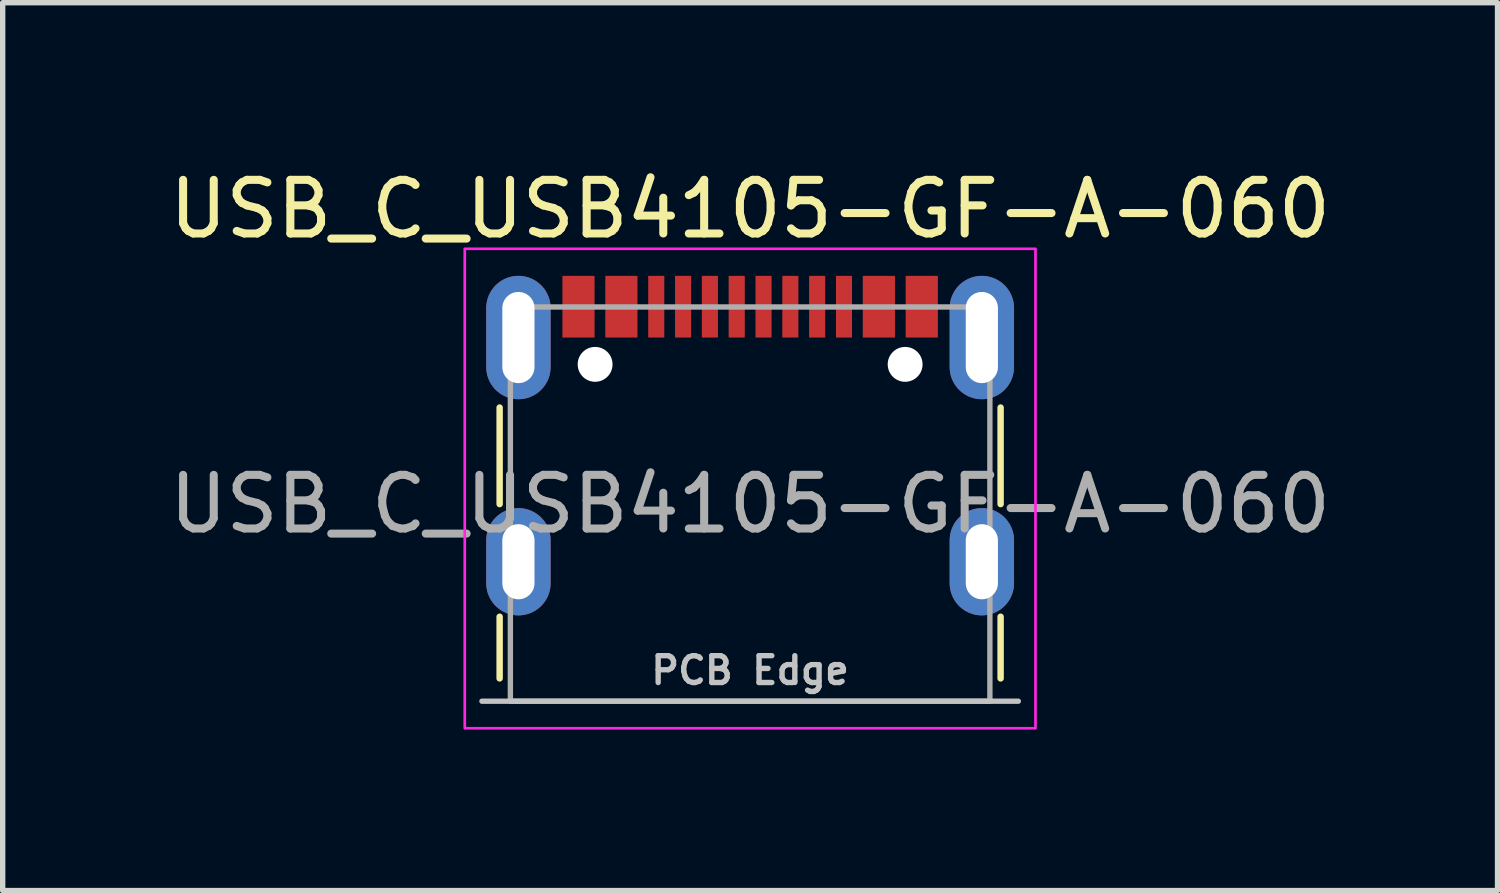
<source format=kicad_pcb>
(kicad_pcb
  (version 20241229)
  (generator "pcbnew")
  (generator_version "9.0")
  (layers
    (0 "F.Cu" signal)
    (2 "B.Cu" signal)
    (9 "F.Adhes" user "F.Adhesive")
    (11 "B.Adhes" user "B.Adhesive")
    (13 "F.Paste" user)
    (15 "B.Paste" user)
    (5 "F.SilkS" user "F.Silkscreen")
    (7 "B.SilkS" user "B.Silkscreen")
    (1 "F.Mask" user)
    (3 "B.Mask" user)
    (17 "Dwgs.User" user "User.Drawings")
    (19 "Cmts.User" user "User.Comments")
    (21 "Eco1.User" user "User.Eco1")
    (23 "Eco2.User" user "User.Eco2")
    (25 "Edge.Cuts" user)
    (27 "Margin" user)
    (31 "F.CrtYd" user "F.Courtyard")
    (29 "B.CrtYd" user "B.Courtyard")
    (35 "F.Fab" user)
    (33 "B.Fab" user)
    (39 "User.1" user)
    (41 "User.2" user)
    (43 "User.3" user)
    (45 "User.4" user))
  (footprint "USB_C_USB4105-GF-A-060"
    (layer "F.Cu")
    (at 10.935 6.348)
    (property "Reference" "USB_C_USB4105-GF-A-060" (at 0 -5.5 0) (unlocked yes) (layer "F.SilkS") (effects (font (size 1 1) (thickness 0.15))))
    (attr smd)
    (fp_line (start -4.67 0) (end -4.67 -1.8) (stroke (width 0.12) (type solid)) (layer "F.SilkS"))
    (fp_line (start -4.67 2.1) (end -4.67 3.25) (stroke (width 0.12) (type solid)) (layer "F.SilkS"))
    (fp_line (start 4.67 0) (end 4.67 -1.8) (stroke (width 0.12) (type solid)) (layer "F.SilkS"))
    (fp_line (start 4.67 2.1) (end 4.67 3.25) (stroke (width 0.12) (type solid)) (layer "F.SilkS"))
    (fp_line (start 5 3.675) (end -5 3.675) (stroke (width 0.1) (type solid)) (layer "Dwgs.User"))
    (fp_rect (start -5.32 -4.76) (end 5.32 4.18) (stroke (width 0.05) (type solid)) (fill no) (layer "F.CrtYd"))
    (fp_rect (start -4.47 -3.675) (end 4.47 3.675) (stroke (width 0.1) (type solid)) (fill no) (layer "F.Fab"))
    (fp_text user "PCB Edge" (at 0 3.1 0) (unlocked yes) (layer "Dwgs.User") (effects (font (size 0.5 0.5) (thickness 0.1))))
    (fp_text user "${REFERENCE}" (at 0 0 0) (unlocked yes) (layer "F.Fab") (effects (font (size 1 1) (thickness 0.15))))
    (pad "" np_thru_hole circle (at -2.89 -2.605) (size 0.65 0.65) (drill 0.65) (layers "*.Cu" "*.Mask"))
    (pad "" np_thru_hole circle (at 2.89 -2.605) (size 0.65 0.65) (drill 0.65) (layers "*.Cu" "*.Mask"))
    (pad "A1" smd rect (at -3.2 -3.68) (size 0.6 1.15) (layers "F.Cu" "F.Mask" "F.Paste"))
    (pad "A4" smd rect (at -2.4 -3.68) (size 0.6 1.15) (layers "F.Cu" "F.Mask" "F.Paste"))
    (pad "A5" smd rect (at -1.25 -3.68) (size 0.3 1.15) (layers "F.Cu" "F.Mask" "F.Paste"))
    (pad "A6" smd rect (at -0.25 -3.68) (size 0.3 1.15) (layers "F.Cu" "F.Mask" "F.Paste"))
    (pad "A7" smd rect (at 0.25 -3.68) (size 0.3 1.15) (layers "F.Cu" "F.Mask" "F.Paste"))
    (pad "A8" smd rect (at 1.25 -3.68) (size 0.3 1.15) (layers "F.Cu" "F.Mask" "F.Paste"))
    (pad "A9" smd rect (at 2.4 -3.68) (size 0.6 1.15) (layers "F.Cu" "F.Mask" "F.Paste"))
    (pad "A12" smd rect (at 3.2 -3.68) (size 0.6 1.15) (layers "F.Cu" "F.Mask" "F.Paste"))
    (pad "B5" smd rect (at 1.75 -3.68) (size 0.3 1.15) (layers "F.Cu" "F.Mask" "F.Paste"))
    (pad "B6" smd rect (at 0.75 -3.68) (size 0.3 1.15) (layers "F.Cu" "F.Mask" "F.Paste"))
    (pad "B7" smd rect (at -0.75 -3.68) (size 0.3 1.15) (layers "F.Cu" "F.Mask" "F.Paste"))
    (pad "B8" smd rect (at -1.75 -3.68) (size 0.3 1.15) (layers "F.Cu" "F.Mask" "F.Paste"))
    (pad "S" thru_hole oval (at -4.32 -3.105) (size 1.2 2.3) (drill oval 0.6 1.7) (layers "*.Cu" "*.Mask"))
    (pad "S" thru_hole oval (at -4.32 1.075) (size 1.2 2) (drill oval 0.6 1.4) (layers "*.Cu" "*.Mask"))
    (pad "S" thru_hole oval (at 4.32 -3.105) (size 1.2 2.3) (drill oval 0.6 1.7) (layers "*.Cu" "*.Mask"))
    (pad "S" thru_hole oval (at 4.32 1.075) (size 1.2 2) (drill oval 0.6 1.4) (layers "*.Cu" "*.Mask")))
  (gr_rect
    (start -3 -3)
    (end 24.869 13.553)
    (stroke (width 0.1) (type default))
    (fill no)
    (layer "Edge.Cuts")))
</source>
